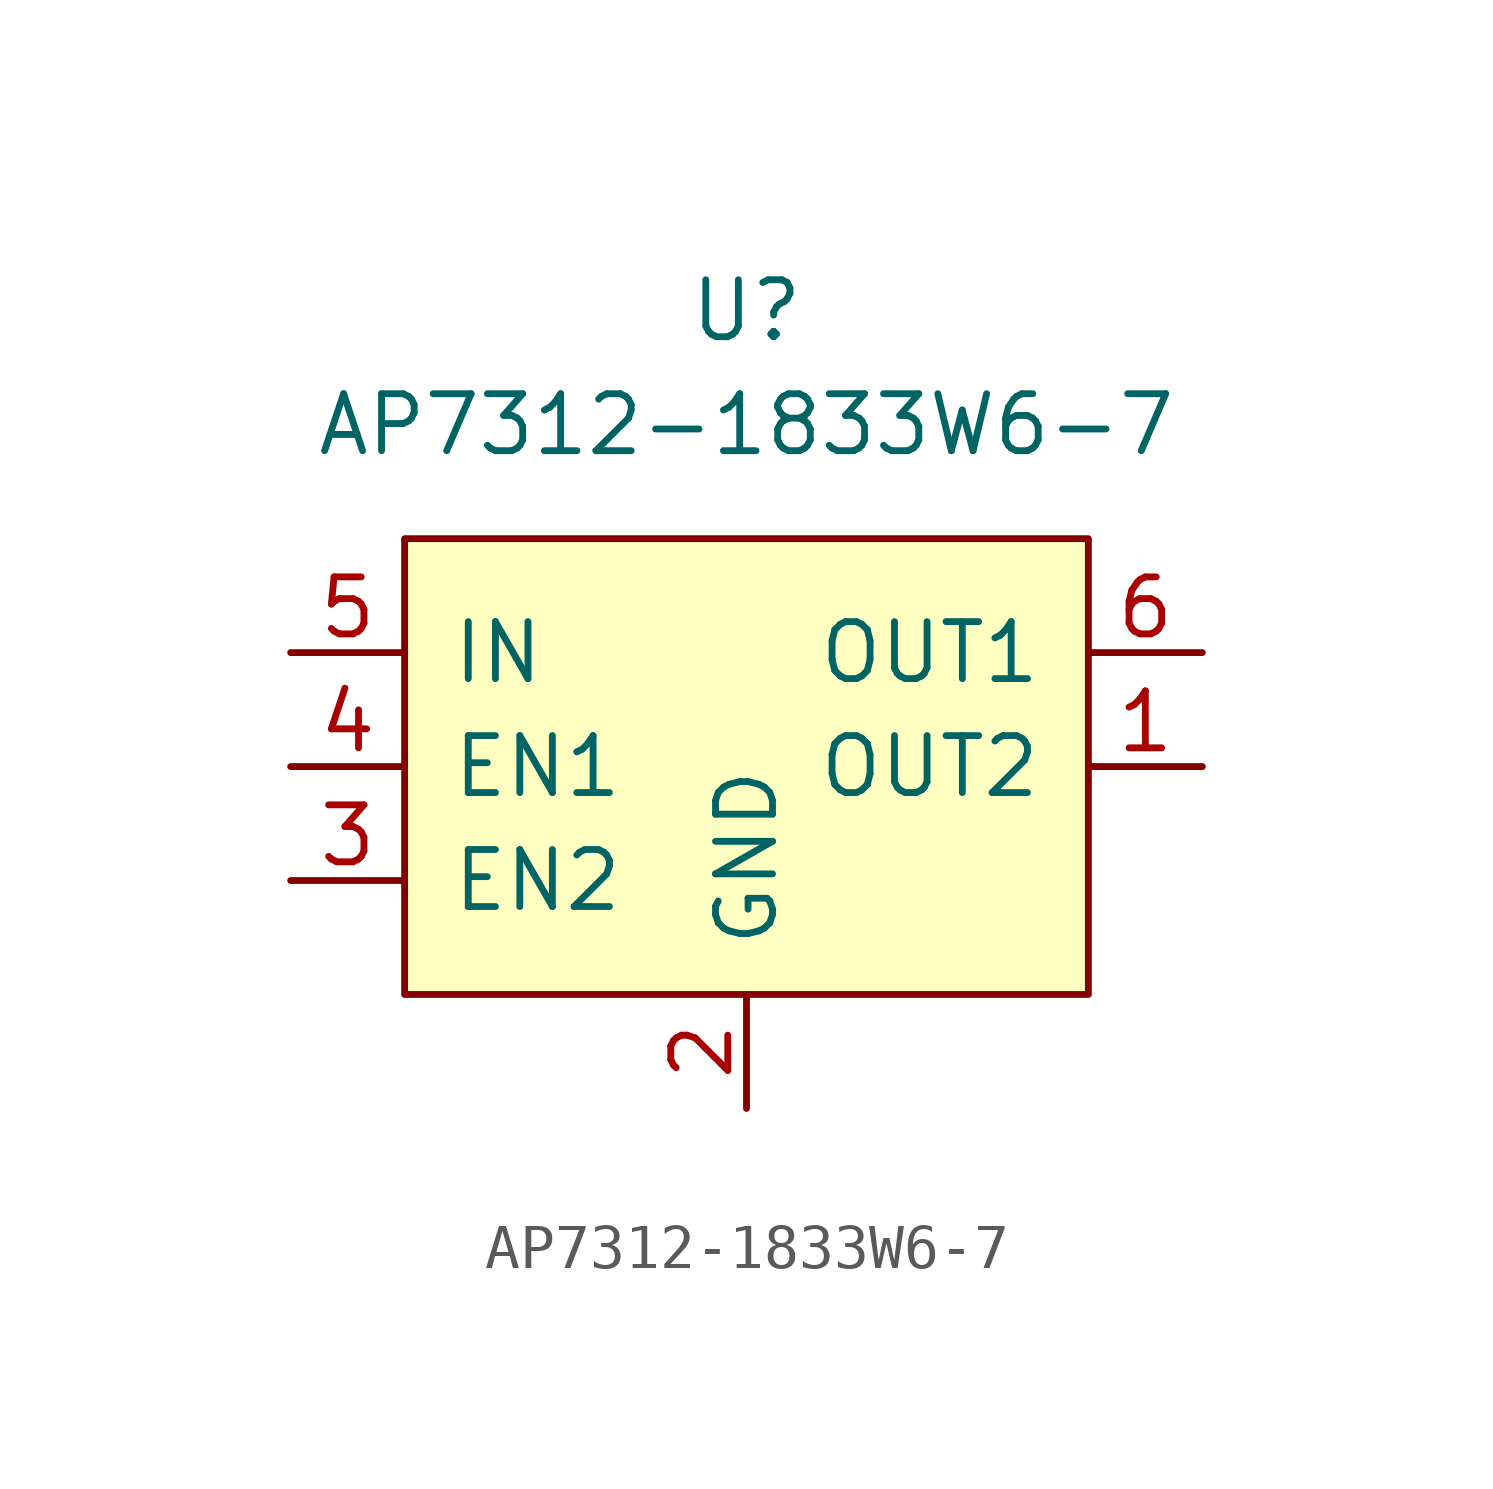
<source format=kicad_sym>
(kicad_symbol_lib
  (version 20201005)
  (generator kicad_symbol_editor)
  (symbol "AP7312-1833W6-7"
    (pin_names
      (offset 1.016))
    (property "Reference" "U"
      (at 0 10.16 0)
      (effects (font (size 1.27 1.27))))
    (property "Value" "AP7312-1833W6-7"
      (at 0 7.62 0)
      (effects (font (size 1.27 1.27))))
    (symbol "AP7312-1833W6-7_0_1"
      (rectangle (start 7.62 -5.08) (end -7.62 5.08) (stroke (width 0)) (fill (type background))))
    (symbol "AP7312-1833W6-7_1_1"
      (pin power_out line (at 10.16 0 180) (length 2.54) (name "OUT2" (effects (font (size 1.27 1.27)))) (number "1" (effects (font (size 1.27 1.27)))))
      (pin power_in line (at 0 -7.62 90) (length 2.54) (name "GND" (effects (font (size 1.27 1.27)))) (number "2" (effects (font (size 1.27 1.27)))))
      (pin input line (at -10.16 -2.54 0) (length 2.54) (name "EN2" (effects (font (size 1.27 1.27)))) (number "3" (effects (font (size 1.27 1.27)))))
      (pin input line (at -10.16 0 0) (length 2.54) (name "EN1" (effects (font (size 1.27 1.27)))) (number "4" (effects (font (size 1.27 1.27)))))
      (pin power_in line (at -10.16 2.54 0) (length 2.54) (name "IN" (effects (font (size 1.27 1.27)))) (number "5" (effects (font (size 1.27 1.27)))))
      (pin power_out line (at 10.16 2.54 180) (length 2.54) (name "OUT1" (effects (font (size 1.27 1.27)))) (number "6" (effects (font (size 1.27 1.27))))))))
</source>
